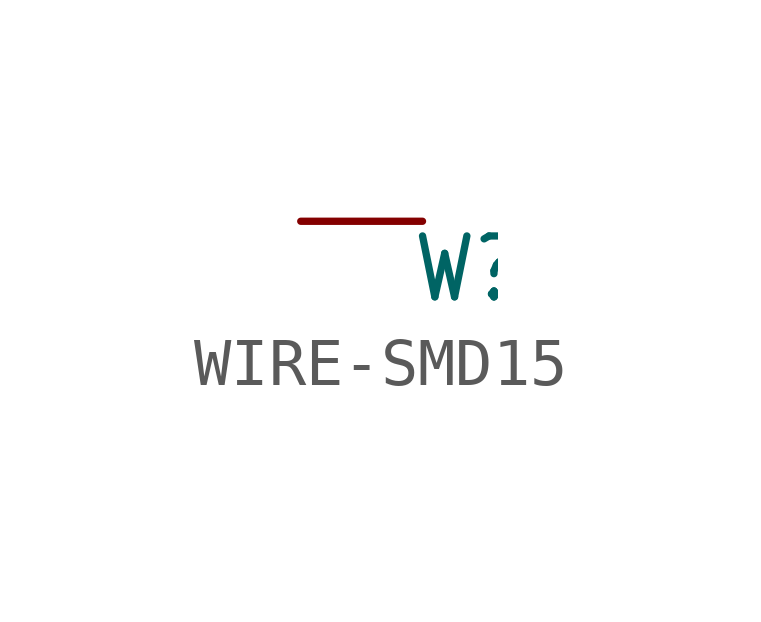
<source format=kicad_sym>
(kicad_symbol_lib
  (version 20211014)
  (generator kicad_symbol_editor)
  (symbol "WIRE-SMD15"
    (property "Reference" "W"
      (at 2.286 -0.254 0)
      (effects (font (size 1.27 1.079)) (justify left top)))
    (property "ki_locked" ""
      (at 0 0 0)
      (effects (font (size 1.27 1.27))))
    (symbol "WIRE-SMD15_1_0"
      (pin bidirectional line (at 0 0 0) (length 2.54) (name "P$1" (effects (font (size 0 0)))) (number "P$1" (effects (font (size 0 0))))))))
</source>
